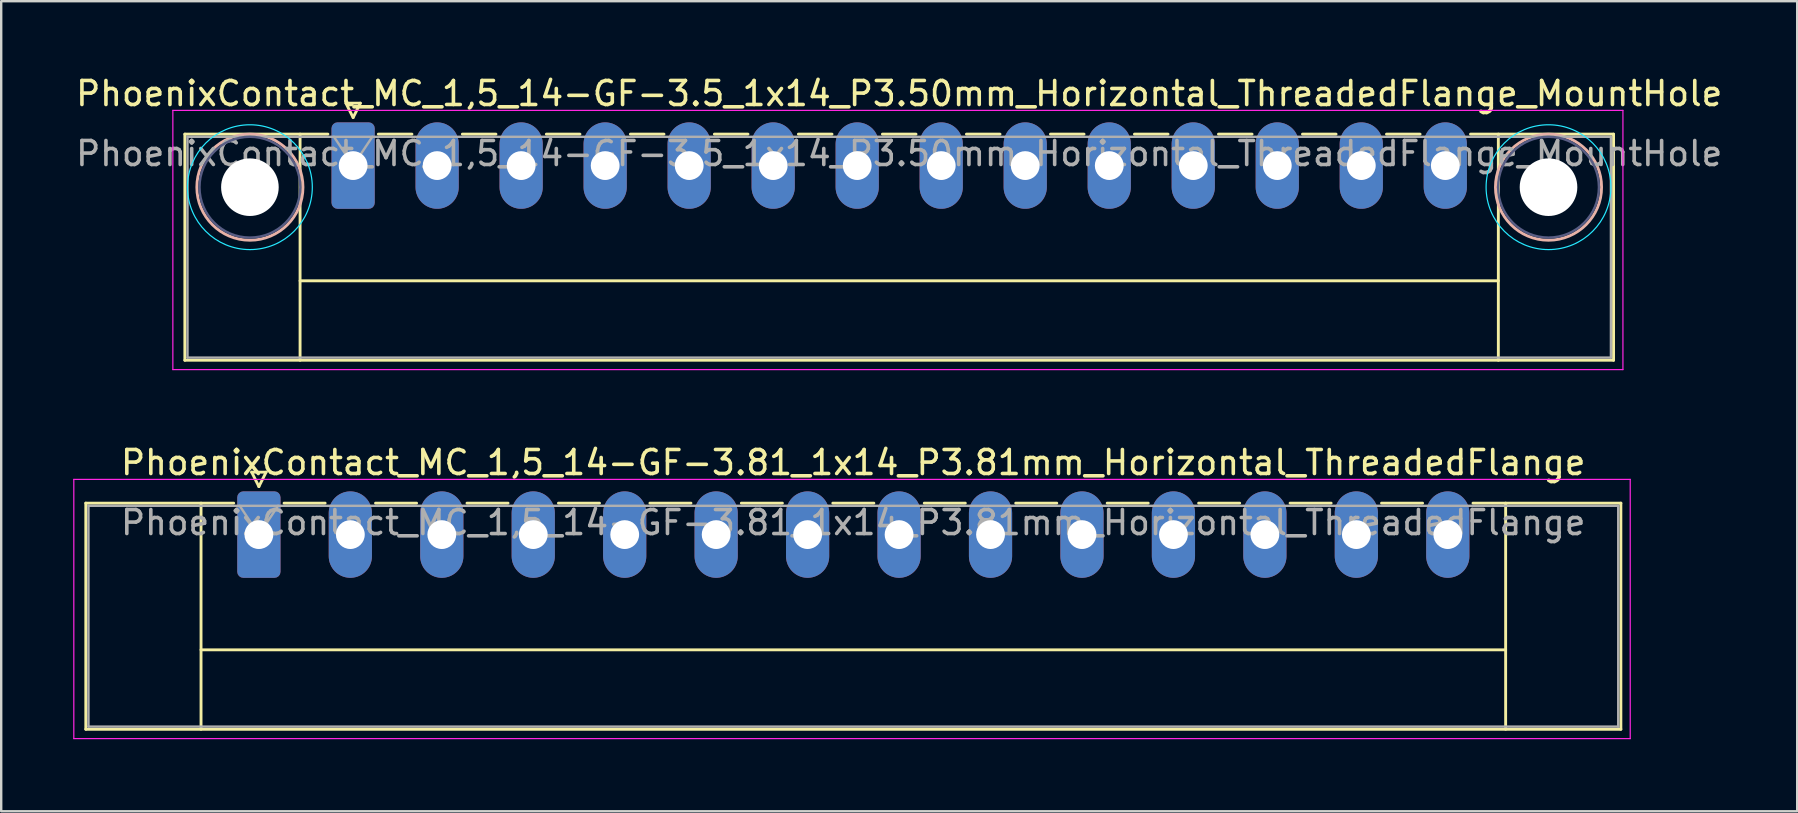
<source format=kicad_pcb>
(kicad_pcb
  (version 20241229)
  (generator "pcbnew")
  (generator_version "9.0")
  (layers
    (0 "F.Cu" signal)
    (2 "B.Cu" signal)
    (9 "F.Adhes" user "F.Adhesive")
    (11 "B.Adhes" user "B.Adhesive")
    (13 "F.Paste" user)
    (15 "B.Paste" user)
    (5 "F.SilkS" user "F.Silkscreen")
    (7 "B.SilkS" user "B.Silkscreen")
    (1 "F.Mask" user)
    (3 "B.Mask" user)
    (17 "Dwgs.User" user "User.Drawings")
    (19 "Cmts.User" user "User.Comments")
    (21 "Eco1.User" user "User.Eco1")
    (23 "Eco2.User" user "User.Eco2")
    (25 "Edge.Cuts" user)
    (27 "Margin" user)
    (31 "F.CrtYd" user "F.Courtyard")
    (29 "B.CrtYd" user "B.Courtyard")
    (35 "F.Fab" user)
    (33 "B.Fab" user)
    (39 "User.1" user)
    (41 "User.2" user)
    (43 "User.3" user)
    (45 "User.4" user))
  (footprint "PhoenixContact_MC_1,5_14-GF-3.5_1x14_P3.50mm_Horizontal_ThreadedFlange_MountHole"
    (layer "F.Cu")
    (at 11.661 3.848)
    (property "Reference" "PhoenixContact_MC_1,5_14-GF-3.5_1x14_P3.50mm_Horizontal_ThreadedFlange_MountHole" (at 22.75 -3 0) (layer "F.SilkS") (effects (font (size 1 1) (thickness 0.15))))
    (attr through_hole)
    (fp_line (start -7.01 -1.31) (end -7.01 8.11) (stroke (width 0.12) (type solid)) (layer "F.SilkS"))
    (fp_line (start -7.01 -1.31) (end -1.05 -1.31) (stroke (width 0.12) (type solid)) (layer "F.SilkS"))
    (fp_line (start -7.01 8.11) (end 52.51 8.11) (stroke (width 0.12) (type solid)) (layer "F.SilkS"))
    (fp_line (start -2.21 -1.31) (end -2.21 8.11) (stroke (width 0.12) (type solid)) (layer "F.SilkS"))
    (fp_line (start -2.21 4.8) (end 47.71 4.8) (stroke (width 0.12) (type solid)) (layer "F.SilkS"))
    (fp_line (start -0.3 -2.6) (end 0.3 -2.6) (stroke (width 0.12) (type solid)) (layer "F.SilkS"))
    (fp_line (start 0 -2) (end -0.3 -2.6) (stroke (width 0.12) (type solid)) (layer "F.SilkS"))
    (fp_line (start 0.3 -2.6) (end 0 -2) (stroke (width 0.12) (type solid)) (layer "F.SilkS"))
    (fp_line (start 1.05 -1.31) (end 2.45 -1.31) (stroke (width 0.12) (type solid)) (layer "F.SilkS"))
    (fp_line (start 4.55 -1.31) (end 5.95 -1.31) (stroke (width 0.12) (type solid)) (layer "F.SilkS"))
    (fp_line (start 8.05 -1.31) (end 9.45 -1.31) (stroke (width 0.12) (type solid)) (layer "F.SilkS"))
    (fp_line (start 11.55 -1.31) (end 12.95 -1.31) (stroke (width 0.12) (type solid)) (layer "F.SilkS"))
    (fp_line (start 15.05 -1.31) (end 16.45 -1.31) (stroke (width 0.12) (type solid)) (layer "F.SilkS"))
    (fp_line (start 18.55 -1.31) (end 19.95 -1.31) (stroke (width 0.12) (type solid)) (layer "F.SilkS"))
    (fp_line (start 22.05 -1.31) (end 23.45 -1.31) (stroke (width 0.12) (type solid)) (layer "F.SilkS"))
    (fp_line (start 25.55 -1.31) (end 26.95 -1.31) (stroke (width 0.12) (type solid)) (layer "F.SilkS"))
    (fp_line (start 29.05 -1.31) (end 30.45 -1.31) (stroke (width 0.12) (type solid)) (layer "F.SilkS"))
    (fp_line (start 32.55 -1.31) (end 33.95 -1.31) (stroke (width 0.12) (type solid)) (layer "F.SilkS"))
    (fp_line (start 36.05 -1.31) (end 37.45 -1.31) (stroke (width 0.12) (type solid)) (layer "F.SilkS"))
    (fp_line (start 39.55 -1.31) (end 40.95 -1.31) (stroke (width 0.12) (type solid)) (layer "F.SilkS"))
    (fp_line (start 43.05 -1.31) (end 44.45 -1.31) (stroke (width 0.12) (type solid)) (layer "F.SilkS"))
    (fp_line (start 47.71 -1.31) (end 47.71 8.11) (stroke (width 0.12) (type solid)) (layer "F.SilkS"))
    (fp_line (start 52.51 -1.31) (end 46.55 -1.31) (stroke (width 0.12) (type solid)) (layer "F.SilkS"))
    (fp_line (start 52.51 8.11) (end 52.51 -1.31) (stroke (width 0.12) (type solid)) (layer "F.SilkS"))
    (fp_circle (center -4.3 0.9) (end -2.09 0.9) (stroke (width 0.12) (type solid)) (fill no) (layer "B.SilkS"))
    (fp_circle (center 49.8 0.9) (end 52.01 0.9) (stroke (width 0.12) (type solid)) (fill no) (layer "B.SilkS"))
    (fp_circle (center -4.3 0.9) (end -1.7 0.9) (stroke (width 0.05) (type solid)) (fill no) (layer "B.CrtYd"))
    (fp_circle (center 49.8 0.9) (end 52.4 0.9) (stroke (width 0.05) (type solid)) (fill no) (layer "B.CrtYd"))
    (fp_line (start -7.51 -2.3) (end -7.51 8.5) (stroke (width 0.05) (type solid)) (layer "F.CrtYd"))
    (fp_line (start -7.51 8.5) (end 52.9 8.5) (stroke (width 0.05) (type solid)) (layer "F.CrtYd"))
    (fp_line (start 52.9 -2.3) (end -7.51 -2.3) (stroke (width 0.05) (type solid)) (layer "F.CrtYd"))
    (fp_line (start 52.9 8.5) (end 52.9 -2.3) (stroke (width 0.05) (type solid)) (layer "F.CrtYd"))
    (fp_circle (center -4.3 0.9) (end -2.2 0.9) (stroke (width 0.1) (type solid)) (fill no) (layer "B.Fab"))
    (fp_circle (center 49.8 0.9) (end 51.9 0.9) (stroke (width 0.1) (type solid)) (fill no) (layer "B.Fab"))
    (fp_line (start -6.9 -1.2) (end -6.9 8) (stroke (width 0.1) (type solid)) (layer "F.Fab"))
    (fp_line (start -6.9 8) (end 52.4 8) (stroke (width 0.1) (type solid)) (layer "F.Fab"))
    (fp_line (start 0 0) (end -0.8 -1.2) (stroke (width 0.1) (type solid)) (layer "F.Fab"))
    (fp_line (start 0.8 -1.2) (end 0 0) (stroke (width 0.1) (type solid)) (layer "F.Fab"))
    (fp_line (start 52.4 -1.2) (end -6.9 -1.2) (stroke (width 0.1) (type solid)) (layer "F.Fab"))
    (fp_line (start 52.4 8) (end 52.4 -1.2) (stroke (width 0.1) (type solid)) (layer "F.Fab"))
    (fp_text user "${REFERENCE}" (at 22.75 -0.5 0) (layer "F.Fab") (effects (font (size 1 1) (thickness 0.15))))
    (pad "" np_thru_hole circle (at -4.3 0.9) (size 2.4 2.4) (drill 2.4) (layers "*.Cu" "*.Mask"))
    (pad "" np_thru_hole circle (at 49.8 0.9) (size 2.4 2.4) (drill 2.4) (layers "*.Cu" "*.Mask"))
    (pad "1" thru_hole roundrect (at 0 0) (size 1.8 3.6) (drill 1.2) (layers "*.Cu" "*.Mask") (roundrect_rratio 0.139))
    (pad "2" thru_hole oval (at 3.5 0) (size 1.8 3.6) (drill 1.2) (layers "*.Cu" "*.Mask"))
    (pad "3" thru_hole oval (at 7 0) (size 1.8 3.6) (drill 1.2) (layers "*.Cu" "*.Mask"))
    (pad "4" thru_hole oval (at 10.5 0) (size 1.8 3.6) (drill 1.2) (layers "*.Cu" "*.Mask"))
    (pad "5" thru_hole oval (at 14 0) (size 1.8 3.6) (drill 1.2) (layers "*.Cu" "*.Mask"))
    (pad "6" thru_hole oval (at 17.5 0) (size 1.8 3.6) (drill 1.2) (layers "*.Cu" "*.Mask"))
    (pad "7" thru_hole oval (at 21 0) (size 1.8 3.6) (drill 1.2) (layers "*.Cu" "*.Mask"))
    (pad "8" thru_hole oval (at 24.5 0) (size 1.8 3.6) (drill 1.2) (layers "*.Cu" "*.Mask"))
    (pad "9" thru_hole oval (at 28 0) (size 1.8 3.6) (drill 1.2) (layers "*.Cu" "*.Mask"))
    (pad "10" thru_hole oval (at 31.5 0) (size 1.8 3.6) (drill 1.2) (layers "*.Cu" "*.Mask"))
    (pad "11" thru_hole oval (at 35 0) (size 1.8 3.6) (drill 1.2) (layers "*.Cu" "*.Mask"))
    (pad "12" thru_hole oval (at 38.5 0) (size 1.8 3.6) (drill 1.2) (layers "*.Cu" "*.Mask"))
    (pad "13" thru_hole oval (at 42 0) (size 1.8 3.6) (drill 1.2) (layers "*.Cu" "*.Mask"))
    (pad "14" thru_hole oval (at 45.5 0) (size 1.8 3.6) (drill 1.2) (layers "*.Cu" "*.Mask")))
  (footprint "PhoenixContact_MC_1,5_14-GF-3.81_1x14_P3.81mm_Horizontal_ThreadedFlange"
    (layer "F.Cu")
    (at 7.735 19.221)
    (property "Reference" "PhoenixContact_MC_1,5_14-GF-3.81_1x14_P3.81mm_Horizontal_ThreadedFlange" (at 24.76 -3 0) (layer "F.SilkS") (effects (font (size 1 1) (thickness 0.15))))
    (attr through_hole)
    (fp_line (start -7.21 -1.31) (end -7.21 8.11) (stroke (width 0.12) (type solid)) (layer "F.SilkS"))
    (fp_line (start -7.21 -1.31) (end -1.05 -1.31) (stroke (width 0.12) (type solid)) (layer "F.SilkS"))
    (fp_line (start -7.21 8.11) (end 56.74 8.11) (stroke (width 0.12) (type solid)) (layer "F.SilkS"))
    (fp_line (start -2.41 -1.31) (end -2.41 8.11) (stroke (width 0.12) (type solid)) (layer "F.SilkS"))
    (fp_line (start -2.41 4.8) (end 51.94 4.8) (stroke (width 0.12) (type solid)) (layer "F.SilkS"))
    (fp_line (start -0.3 -2.6) (end 0.3 -2.6) (stroke (width 0.12) (type solid)) (layer "F.SilkS"))
    (fp_line (start 0 -2) (end -0.3 -2.6) (stroke (width 0.12) (type solid)) (layer "F.SilkS"))
    (fp_line (start 0.3 -2.6) (end 0 -2) (stroke (width 0.12) (type solid)) (layer "F.SilkS"))
    (fp_line (start 1.05 -1.31) (end 2.76 -1.31) (stroke (width 0.12) (type solid)) (layer "F.SilkS"))
    (fp_line (start 4.86 -1.31) (end 6.57 -1.31) (stroke (width 0.12) (type solid)) (layer "F.SilkS"))
    (fp_line (start 8.67 -1.31) (end 10.38 -1.31) (stroke (width 0.12) (type solid)) (layer "F.SilkS"))
    (fp_line (start 12.48 -1.31) (end 14.19 -1.31) (stroke (width 0.12) (type solid)) (layer "F.SilkS"))
    (fp_line (start 16.29 -1.31) (end 18 -1.31) (stroke (width 0.12) (type solid)) (layer "F.SilkS"))
    (fp_line (start 20.1 -1.31) (end 21.81 -1.31) (stroke (width 0.12) (type solid)) (layer "F.SilkS"))
    (fp_line (start 23.91 -1.31) (end 25.62 -1.31) (stroke (width 0.12) (type solid)) (layer "F.SilkS"))
    (fp_line (start 27.72 -1.31) (end 29.43 -1.31) (stroke (width 0.12) (type solid)) (layer "F.SilkS"))
    (fp_line (start 31.53 -1.31) (end 33.24 -1.31) (stroke (width 0.12) (type solid)) (layer "F.SilkS"))
    (fp_line (start 35.34 -1.31) (end 37.05 -1.31) (stroke (width 0.12) (type solid)) (layer "F.SilkS"))
    (fp_line (start 39.15 -1.31) (end 40.86 -1.31) (stroke (width 0.12) (type solid)) (layer "F.SilkS"))
    (fp_line (start 42.96 -1.31) (end 44.67 -1.31) (stroke (width 0.12) (type solid)) (layer "F.SilkS"))
    (fp_line (start 46.77 -1.31) (end 48.48 -1.31) (stroke (width 0.12) (type solid)) (layer "F.SilkS"))
    (fp_line (start 51.94 -1.31) (end 51.94 8.11) (stroke (width 0.12) (type solid)) (layer "F.SilkS"))
    (fp_line (start 56.74 -1.31) (end 50.58 -1.31) (stroke (width 0.12) (type solid)) (layer "F.SilkS"))
    (fp_line (start 56.74 8.11) (end 56.74 -1.31) (stroke (width 0.12) (type solid)) (layer "F.SilkS"))
    (fp_line (start -7.71 -2.3) (end -7.71 8.5) (stroke (width 0.05) (type solid)) (layer "F.CrtYd"))
    (fp_line (start -7.71 8.5) (end 57.13 8.5) (stroke (width 0.05) (type solid)) (layer "F.CrtYd"))
    (fp_line (start 57.13 -2.3) (end -7.71 -2.3) (stroke (width 0.05) (type solid)) (layer "F.CrtYd"))
    (fp_line (start 57.13 8.5) (end 57.13 -2.3) (stroke (width 0.05) (type solid)) (layer "F.CrtYd"))
    (fp_line (start -7.1 -1.2) (end -7.1 8) (stroke (width 0.1) (type solid)) (layer "F.Fab"))
    (fp_line (start -7.1 8) (end 56.63 8) (stroke (width 0.1) (type solid)) (layer "F.Fab"))
    (fp_line (start 0 0) (end -0.8 -1.2) (stroke (width 0.1) (type solid)) (layer "F.Fab"))
    (fp_line (start 0.8 -1.2) (end 0 0) (stroke (width 0.1) (type solid)) (layer "F.Fab"))
    (fp_line (start 56.63 -1.2) (end -7.1 -1.2) (stroke (width 0.1) (type solid)) (layer "F.Fab"))
    (fp_line (start 56.63 8) (end 56.63 -1.2) (stroke (width 0.1) (type solid)) (layer "F.Fab"))
    (fp_text user "${REFERENCE}" (at 24.76 -0.5 0) (layer "F.Fab") (effects (font (size 1 1) (thickness 0.15))))
    (pad "1" thru_hole roundrect (at 0 0) (size 1.8 3.6) (drill 1.2) (layers "*.Cu" "*.Mask") (roundrect_rratio 0.139))
    (pad "2" thru_hole oval (at 3.81 0) (size 1.8 3.6) (drill 1.2) (layers "*.Cu" "*.Mask"))
    (pad "3" thru_hole oval (at 7.62 0) (size 1.8 3.6) (drill 1.2) (layers "*.Cu" "*.Mask"))
    (pad "4" thru_hole oval (at 11.43 0) (size 1.8 3.6) (drill 1.2) (layers "*.Cu" "*.Mask"))
    (pad "5" thru_hole oval (at 15.24 0) (size 1.8 3.6) (drill 1.2) (layers "*.Cu" "*.Mask"))
    (pad "6" thru_hole oval (at 19.05 0) (size 1.8 3.6) (drill 1.2) (layers "*.Cu" "*.Mask"))
    (pad "7" thru_hole oval (at 22.86 0) (size 1.8 3.6) (drill 1.2) (layers "*.Cu" "*.Mask"))
    (pad "8" thru_hole oval (at 26.67 0) (size 1.8 3.6) (drill 1.2) (layers "*.Cu" "*.Mask"))
    (pad "9" thru_hole oval (at 30.48 0) (size 1.8 3.6) (drill 1.2) (layers "*.Cu" "*.Mask"))
    (pad "10" thru_hole oval (at 34.29 0) (size 1.8 3.6) (drill 1.2) (layers "*.Cu" "*.Mask"))
    (pad "11" thru_hole oval (at 38.1 0) (size 1.8 3.6) (drill 1.2) (layers "*.Cu" "*.Mask"))
    (pad "12" thru_hole oval (at 41.91 0) (size 1.8 3.6) (drill 1.2) (layers "*.Cu" "*.Mask"))
    (pad "13" thru_hole oval (at 45.72 0) (size 1.8 3.6) (drill 1.2) (layers "*.Cu" "*.Mask"))
    (pad "14" thru_hole oval (at 49.53 0) (size 1.8 3.6) (drill 1.2) (layers "*.Cu" "*.Mask")))
  (gr_rect
    (start -3 -3)
    (end 71.821 30.747)
    (stroke (width 0.1) (type default))
    (fill no)
    (layer "Edge.Cuts")))
</source>
